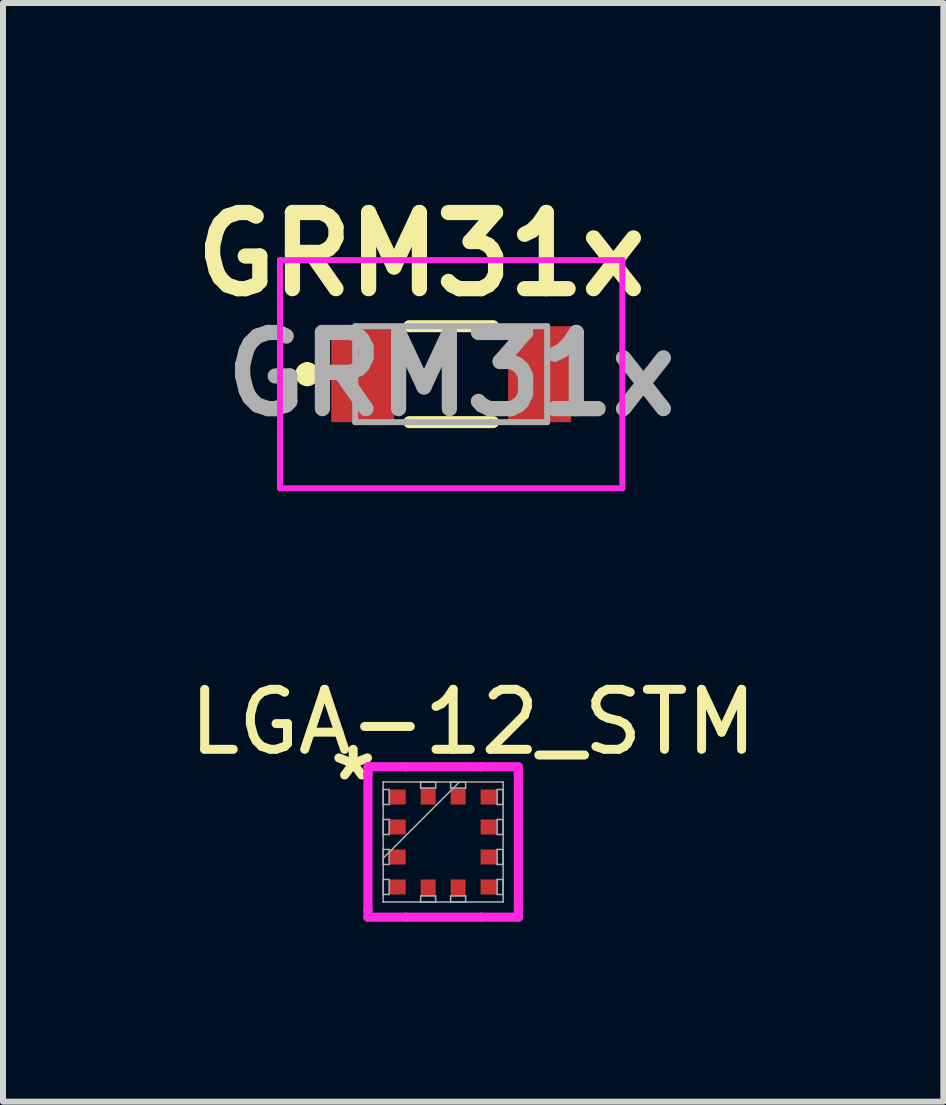
<source format=kicad_pcb>
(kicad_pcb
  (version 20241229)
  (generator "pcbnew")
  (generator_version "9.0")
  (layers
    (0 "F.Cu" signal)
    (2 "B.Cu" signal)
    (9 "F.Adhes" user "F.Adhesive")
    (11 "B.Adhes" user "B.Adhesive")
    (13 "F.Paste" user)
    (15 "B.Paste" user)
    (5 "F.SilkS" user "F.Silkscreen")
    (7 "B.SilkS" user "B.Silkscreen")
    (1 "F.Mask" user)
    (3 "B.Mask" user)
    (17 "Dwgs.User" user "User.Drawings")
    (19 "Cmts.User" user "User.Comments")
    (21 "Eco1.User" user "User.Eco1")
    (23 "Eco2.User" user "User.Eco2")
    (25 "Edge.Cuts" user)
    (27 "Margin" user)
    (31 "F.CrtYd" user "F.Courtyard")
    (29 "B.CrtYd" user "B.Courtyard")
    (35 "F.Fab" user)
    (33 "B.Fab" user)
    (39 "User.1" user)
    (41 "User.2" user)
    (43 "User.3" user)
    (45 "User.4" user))
  (footprint "LGA-12_STM"
    (layer "F.Cu")
    (at 4.339 10.989)
    (property "Reference" "LGA-12_STM" (at 0.5 -2 0) (unlocked yes) (layer "F.SilkS") (effects (font (size 1 1) (thickness 0.15))))
    (attr smd)
    (fp_line (start -1.254 -1.254) (end -0.629 -1.254) (stroke (width 0.152) (type solid)) (layer "F.CrtYd"))
    (fp_line (start -1.254 -1.129) (end -1.254 -1.254) (stroke (width 0.152) (type solid)) (layer "F.CrtYd"))
    (fp_line (start -1.254 -1.129) (end -1.254 -1.129) (stroke (width 0.152) (type solid)) (layer "F.CrtYd"))
    (fp_line (start -1.254 1.129) (end -1.254 -1.129) (stroke (width 0.152) (type solid)) (layer "F.CrtYd"))
    (fp_line (start -1.254 1.129) (end -1.254 1.129) (stroke (width 0.152) (type solid)) (layer "F.CrtYd"))
    (fp_line (start -1.254 1.254) (end -1.254 1.129) (stroke (width 0.152) (type solid)) (layer "F.CrtYd"))
    (fp_line (start -0.629 -1.254) (end -0.629 -1.254) (stroke (width 0.152) (type solid)) (layer "F.CrtYd"))
    (fp_line (start -0.629 -1.254) (end 0.629 -1.254) (stroke (width 0.152) (type solid)) (layer "F.CrtYd"))
    (fp_line (start -0.629 1.254) (end -1.254 1.254) (stroke (width 0.152) (type solid)) (layer "F.CrtYd"))
    (fp_line (start -0.629 1.254) (end -0.629 1.254) (stroke (width 0.152) (type solid)) (layer "F.CrtYd"))
    (fp_line (start 0.629 -1.254) (end 0.629 -1.254) (stroke (width 0.152) (type solid)) (layer "F.CrtYd"))
    (fp_line (start 0.629 -1.254) (end 1.254 -1.254) (stroke (width 0.152) (type solid)) (layer "F.CrtYd"))
    (fp_line (start 0.629 1.254) (end -0.629 1.254) (stroke (width 0.152) (type solid)) (layer "F.CrtYd"))
    (fp_line (start 0.629 1.254) (end 0.629 1.254) (stroke (width 0.152) (type solid)) (layer "F.CrtYd"))
    (fp_line (start 1.254 -1.254) (end 1.254 -1.129) (stroke (width 0.152) (type solid)) (layer "F.CrtYd"))
    (fp_line (start 1.254 -1.129) (end 1.254 -1.129) (stroke (width 0.152) (type solid)) (layer "F.CrtYd"))
    (fp_line (start 1.254 -1.129) (end 1.254 1.129) (stroke (width 0.152) (type solid)) (layer "F.CrtYd"))
    (fp_line (start 1.254 1.129) (end 1.254 1.129) (stroke (width 0.152) (type solid)) (layer "F.CrtYd"))
    (fp_line (start 1.254 1.129) (end 1.254 1.254) (stroke (width 0.152) (type solid)) (layer "F.CrtYd"))
    (fp_line (start 1.254 1.254) (end 0.629 1.254) (stroke (width 0.152) (type solid)) (layer "F.CrtYd"))
    (fp_line (start -1 -1) (end -1 -1) (stroke (width 0.025) (type solid)) (layer "F.Fab"))
    (fp_line (start -1 -1) (end -1 1) (stroke (width 0.025) (type solid)) (layer "F.Fab"))
    (fp_line (start -1 -0.875) (end -0.9 -0.875) (stroke (width 0.025) (type solid)) (layer "F.Fab"))
    (fp_line (start -1 -0.625) (end -1 -0.875) (stroke (width 0.025) (type solid)) (layer "F.Fab"))
    (fp_line (start -1 -0.375) (end -0.9 -0.375) (stroke (width 0.025) (type solid)) (layer "F.Fab"))
    (fp_line (start -1 -0.125) (end -1 -0.375) (stroke (width 0.025) (type solid)) (layer "F.Fab"))
    (fp_line (start -1 0.125) (end -0.9 0.125) (stroke (width 0.025) (type solid)) (layer "F.Fab"))
    (fp_line (start -1 0.27) (end 0.27 -1) (stroke (width 0.025) (type solid)) (layer "F.Fab"))
    (fp_line (start -1 0.375) (end -1 0.125) (stroke (width 0.025) (type solid)) (layer "F.Fab"))
    (fp_line (start -1 0.625) (end -0.9 0.625) (stroke (width 0.025) (type solid)) (layer "F.Fab"))
    (fp_line (start -1 0.875) (end -1 0.625) (stroke (width 0.025) (type solid)) (layer "F.Fab"))
    (fp_line (start -1 1) (end -1 1) (stroke (width 0.025) (type solid)) (layer "F.Fab"))
    (fp_line (start -1 1) (end 1 1) (stroke (width 0.025) (type solid)) (layer "F.Fab"))
    (fp_line (start -0.9 -0.875) (end -0.9 -0.625) (stroke (width 0.025) (type solid)) (layer "F.Fab"))
    (fp_line (start -0.9 -0.625) (end -1 -0.625) (stroke (width 0.025) (type solid)) (layer "F.Fab"))
    (fp_line (start -0.9 -0.375) (end -0.9 -0.125) (stroke (width 0.025) (type solid)) (layer "F.Fab"))
    (fp_line (start -0.9 -0.125) (end -1 -0.125) (stroke (width 0.025) (type solid)) (layer "F.Fab"))
    (fp_line (start -0.9 0.125) (end -0.9 0.375) (stroke (width 0.025) (type solid)) (layer "F.Fab"))
    (fp_line (start -0.9 0.375) (end -1 0.375) (stroke (width 0.025) (type solid)) (layer "F.Fab"))
    (fp_line (start -0.9 0.625) (end -0.9 0.875) (stroke (width 0.025) (type solid)) (layer "F.Fab"))
    (fp_line (start -0.9 0.875) (end -1 0.875) (stroke (width 0.025) (type solid)) (layer "F.Fab"))
    (fp_line (start -0.375 -1) (end -0.125 -1) (stroke (width 0.025) (type solid)) (layer "F.Fab"))
    (fp_line (start -0.375 -0.9) (end -0.375 -1) (stroke (width 0.025) (type solid)) (layer "F.Fab"))
    (fp_line (start -0.375 0.9) (end -0.125 0.9) (stroke (width 0.025) (type solid)) (layer "F.Fab"))
    (fp_line (start -0.375 1) (end -0.375 0.9) (stroke (width 0.025) (type solid)) (layer "F.Fab"))
    (fp_line (start -0.125 -1) (end -0.125 -0.9) (stroke (width 0.025) (type solid)) (layer "F.Fab"))
    (fp_line (start -0.125 -0.9) (end -0.375 -0.9) (stroke (width 0.025) (type solid)) (layer "F.Fab"))
    (fp_line (start -0.125 0.9) (end -0.125 1) (stroke (width 0.025) (type solid)) (layer "F.Fab"))
    (fp_line (start -0.125 1) (end -0.375 1) (stroke (width 0.025) (type solid)) (layer "F.Fab"))
    (fp_line (start 0.125 -1) (end 0.375 -1) (stroke (width 0.025) (type solid)) (layer "F.Fab"))
    (fp_line (start 0.125 -0.9) (end 0.125 -1) (stroke (width 0.025) (type solid)) (layer "F.Fab"))
    (fp_line (start 0.125 0.9) (end 0.375 0.9) (stroke (width 0.025) (type solid)) (layer "F.Fab"))
    (fp_line (start 0.125 1) (end 0.125 0.9) (stroke (width 0.025) (type solid)) (layer "F.Fab"))
    (fp_line (start 0.375 -1) (end 0.375 -0.9) (stroke (width 0.025) (type solid)) (layer "F.Fab"))
    (fp_line (start 0.375 -0.9) (end 0.125 -0.9) (stroke (width 0.025) (type solid)) (layer "F.Fab"))
    (fp_line (start 0.375 0.9) (end 0.375 1) (stroke (width 0.025) (type solid)) (layer "F.Fab"))
    (fp_line (start 0.375 1) (end 0.125 1) (stroke (width 0.025) (type solid)) (layer "F.Fab"))
    (fp_line (start 0.9 -0.875) (end 1 -0.875) (stroke (width 0.025) (type solid)) (layer "F.Fab"))
    (fp_line (start 0.9 -0.625) (end 0.9 -0.875) (stroke (width 0.025) (type solid)) (layer "F.Fab"))
    (fp_line (start 0.9 -0.375) (end 1 -0.375) (stroke (width 0.025) (type solid)) (layer "F.Fab"))
    (fp_line (start 0.9 -0.125) (end 0.9 -0.375) (stroke (width 0.025) (type solid)) (layer "F.Fab"))
    (fp_line (start 0.9 0.125) (end 1 0.125) (stroke (width 0.025) (type solid)) (layer "F.Fab"))
    (fp_line (start 0.9 0.375) (end 0.9 0.125) (stroke (width 0.025) (type solid)) (layer "F.Fab"))
    (fp_line (start 0.9 0.625) (end 1 0.625) (stroke (width 0.025) (type solid)) (layer "F.Fab"))
    (fp_line (start 0.9 0.875) (end 0.9 0.625) (stroke (width 0.025) (type solid)) (layer "F.Fab"))
    (fp_line (start 1 -1) (end -1 -1) (stroke (width 0.025) (type solid)) (layer "F.Fab"))
    (fp_line (start 1 -1) (end 1 -1) (stroke (width 0.025) (type solid)) (layer "F.Fab"))
    (fp_line (start 1 -0.875) (end 1 -0.625) (stroke (width 0.025) (type solid)) (layer "F.Fab"))
    (fp_line (start 1 -0.625) (end 0.9 -0.625) (stroke (width 0.025) (type solid)) (layer "F.Fab"))
    (fp_line (start 1 -0.375) (end 1 -0.125) (stroke (width 0.025) (type solid)) (layer "F.Fab"))
    (fp_line (start 1 -0.125) (end 0.9 -0.125) (stroke (width 0.025) (type solid)) (layer "F.Fab"))
    (fp_line (start 1 0.125) (end 1 0.375) (stroke (width 0.025) (type solid)) (layer "F.Fab"))
    (fp_line (start 1 0.375) (end 0.9 0.375) (stroke (width 0.025) (type solid)) (layer "F.Fab"))
    (fp_line (start 1 0.625) (end 1 0.875) (stroke (width 0.025) (type solid)) (layer "F.Fab"))
    (fp_line (start 1 0.875) (end 0.9 0.875) (stroke (width 0.025) (type solid)) (layer "F.Fab"))
    (fp_line (start 1 1) (end 1 -1) (stroke (width 0.025) (type solid)) (layer "F.Fab"))
    (fp_line (start 1 1) (end 1 1) (stroke (width 0.025) (type solid)) (layer "F.Fab"))
    (fp_text user "*" (at -1.5 -1 0) (unlocked yes) (layer "F.SilkS") (effects (font (size 1 1) (thickness 0.15))))
    (pad "1" smd rect (at -0.762 -0.75 90) (size 0.25 0.275) (layers "F.Cu" "F.Mask" "F.Paste"))
    (pad "2" smd rect (at -0.762 -0.25 90) (size 0.25 0.275) (layers "F.Cu" "F.Mask" "F.Paste"))
    (pad "3" smd rect (at -0.762 0.25 90) (size 0.25 0.275) (layers "F.Cu" "F.Mask" "F.Paste"))
    (pad "4" smd rect (at -0.762 0.75 90) (size 0.25 0.275) (layers "F.Cu" "F.Mask" "F.Paste"))
    (pad "5" smd rect (at -0.25 0.762) (size 0.25 0.275) (layers "F.Cu" "F.Mask" "F.Paste"))
    (pad "6" smd rect (at 0.25 0.762) (size 0.25 0.275) (layers "F.Cu" "F.Mask" "F.Paste"))
    (pad "7" smd rect (at 0.762 0.75 90) (size 0.25 0.275) (layers "F.Cu" "F.Mask" "F.Paste"))
    (pad "8" smd rect (at 0.762 0.25 90) (size 0.25 0.275) (layers "F.Cu" "F.Mask" "F.Paste"))
    (pad "9" smd rect (at 0.762 -0.25 90) (size 0.25 0.275) (layers "F.Cu" "F.Mask" "F.Paste"))
    (pad "10" smd rect (at 0.762 -0.75 90) (size 0.25 0.275) (layers "F.Cu" "F.Mask" "F.Paste"))
    (pad "11" smd rect (at 0.25 -0.762) (size 0.25 0.275) (layers "F.Cu" "F.Mask" "F.Paste"))
    (pad "12" smd rect (at -0.25 -0.762) (size 0.25 0.275) (layers "F.Cu" "F.Mask" "F.Paste")))
  (footprint "GRM31x"
    (layer "F.Cu")
    (at 4.473 3.189)
    (property "Reference" "GRM31x" (at -0.5 -2 0) (layer "F.SilkS") (effects (font (size 1.27 1.27) (thickness 0.254))))
    (attr smd)
    (fp_line (start -2.4 -0.1) (end -2.4 -0.1) (stroke (width 0.2) (type solid)) (layer "F.SilkS"))
    (fp_line (start -2.4 0.1) (end -2.4 0.1) (stroke (width 0.2) (type solid)) (layer "F.SilkS"))
    (fp_line (start -0.7 -0.8) (end 0.7 -0.8) (stroke (width 0.2) (type solid)) (layer "F.SilkS"))
    (fp_line (start -0.7 0.8) (end 0.7 0.8) (stroke (width 0.2) (type solid)) (layer "F.SilkS"))
    (fp_arc (start -2.4 -0.1) (mid -2.3 0) (end -2.4 0.1) (stroke (width 0.2) (type solid)) (layer "F.SilkS"))
    (fp_arc (start -2.4 0.1) (mid -2.5 0) (end -2.4 -0.1) (stroke (width 0.2) (type solid)) (layer "F.SilkS"))
    (fp_line (start -2.854 -1.902) (end 2.854 -1.902) (stroke (width 0.1) (type solid)) (layer "F.CrtYd"))
    (fp_line (start -2.854 1.902) (end -2.854 -1.902) (stroke (width 0.1) (type solid)) (layer "F.CrtYd"))
    (fp_line (start 2.854 -1.902) (end 2.854 1.902) (stroke (width 0.1) (type solid)) (layer "F.CrtYd"))
    (fp_line (start 2.854 1.902) (end -2.854 1.902) (stroke (width 0.1) (type solid)) (layer "F.CrtYd"))
    (fp_line (start -1.6 -0.8) (end 1.6 -0.8) (stroke (width 0.1) (type solid)) (layer "F.Fab"))
    (fp_line (start -1.6 0.8) (end -1.6 -0.8) (stroke (width 0.1) (type solid)) (layer "F.Fab"))
    (fp_line (start 1.6 -0.8) (end 1.6 0.8) (stroke (width 0.1) (type solid)) (layer "F.Fab"))
    (fp_line (start 1.6 0.8) (end -1.6 0.8) (stroke (width 0.1) (type solid)) (layer "F.Fab"))
    (fp_text user "${REFERENCE}" (at 0 0 0) (layer "F.Fab") (effects (font (size 1.27 1.27) (thickness 0.254))))
    (pad "1" smd rect (at -1.475 0) (size 1.05 1.6) (layers "F.Cu" "F.Mask" "F.Paste"))
    (pad "2" smd rect (at 1.475 0) (size 1.05 1.6) (layers "F.Cu" "F.Mask" "F.Paste")))
  (gr_rect
    (start -3 -3)
    (end 12.679 15.319)
    (stroke (width 0.1) (type default))
    (fill no)
    (layer "Edge.Cuts")))
</source>
